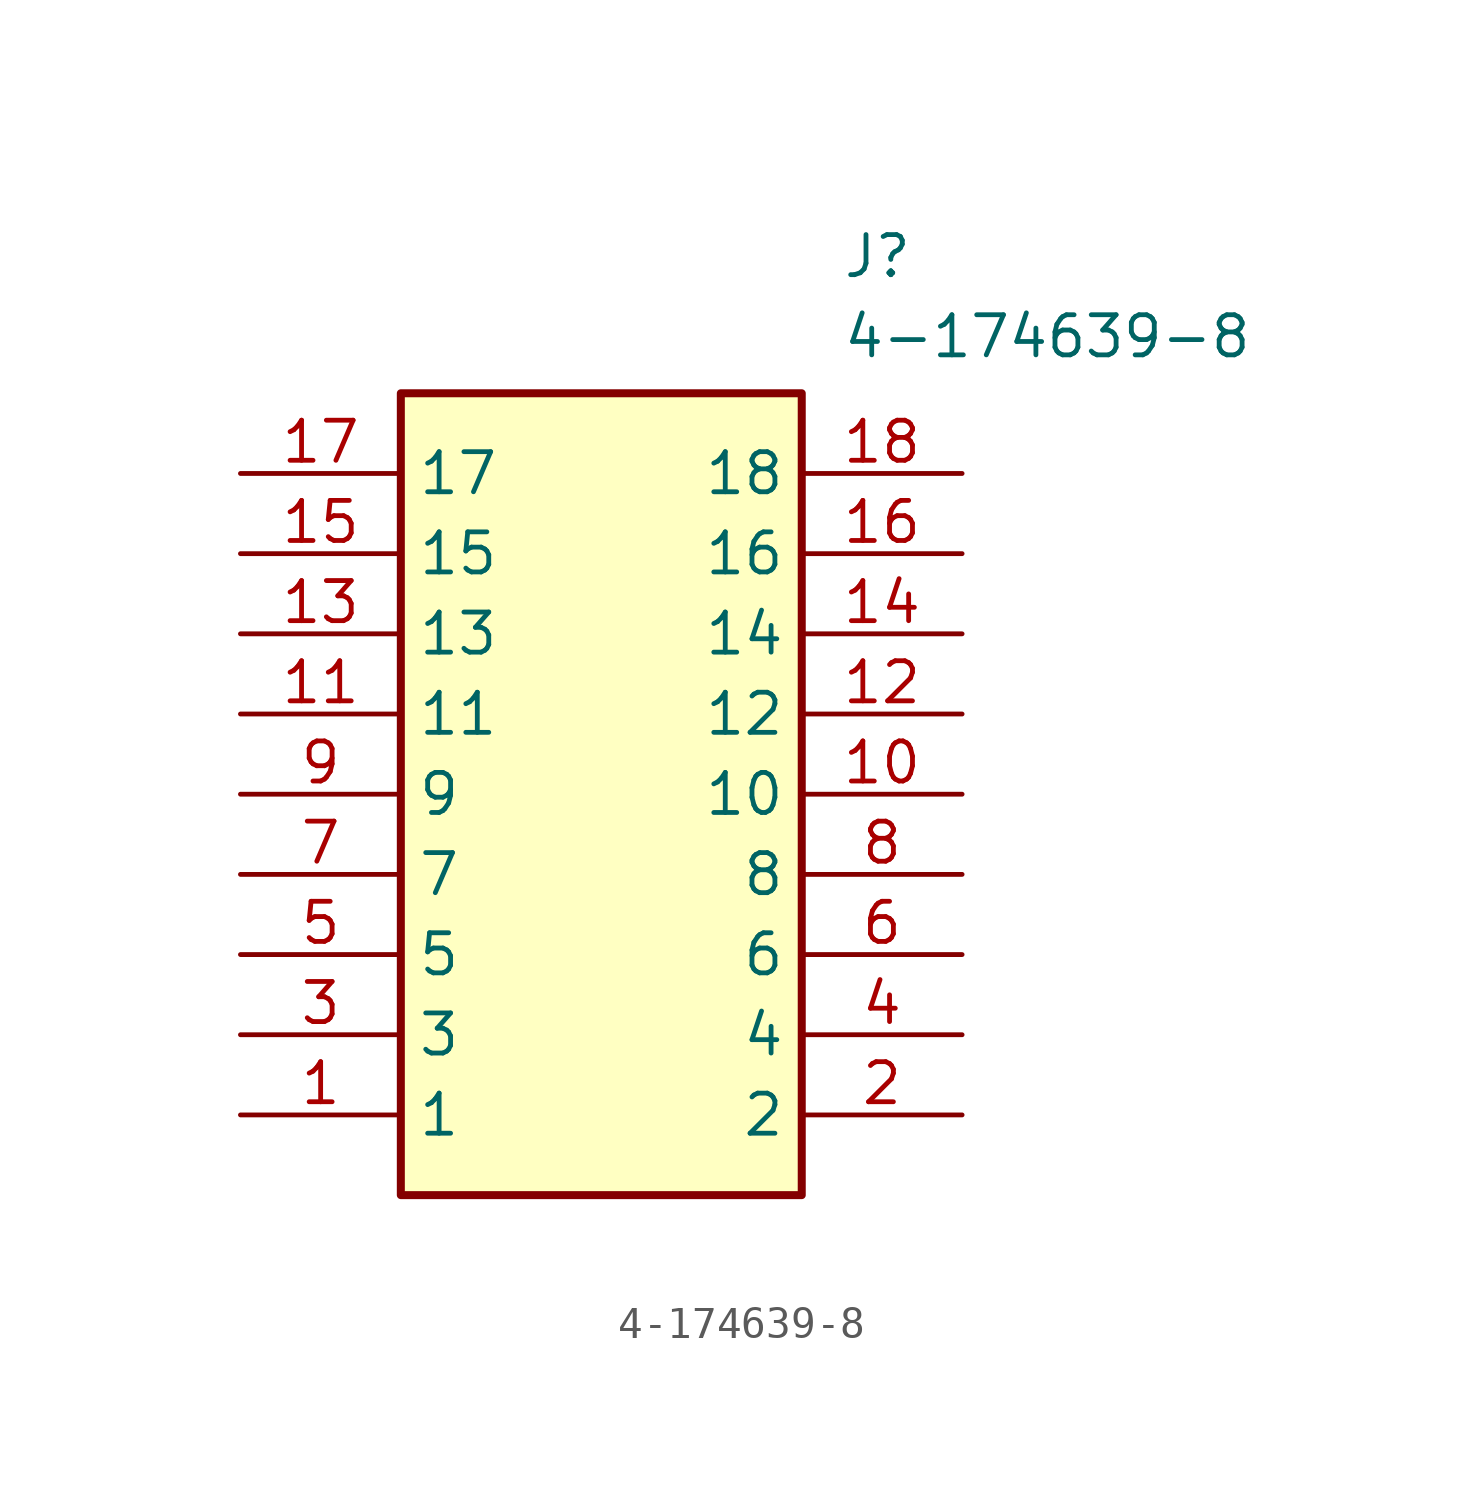
<source format=kicad_sym>
(kicad_symbol_lib
  (version 20211014)
  (generator SamacSys_ECAD_Model)
  (symbol "4-174639-8"
    (property "Reference" "J"
      (at 19.05 7.62 0)
      (effects (font (size 1.27 1.27)) (justify left top)))
    (property "Value" "4-174639-8"
      (at 19.05 5.08 0)
      (effects (font (size 1.27 1.27)) (justify left top)))
    (rectangle
      (start 5.08 2.54)
      (end 17.78 -22.86)
      (stroke (width 0.254) (type default))
      (fill (type background)))
    (pin passive line
      (at 0 -20.32 0)
      (length 5.08)
      (name "1" (effects (font (size 1.27 1.27))))
      (number "1" (effects (font (size 1.27 1.27)))))
    (pin passive line
      (at 22.86 -20.32 180)
      (length 5.08)
      (name "2" (effects (font (size 1.27 1.27))))
      (number "2" (effects (font (size 1.27 1.27)))))
    (pin passive line
      (at 0 -17.78 0)
      (length 5.08)
      (name "3" (effects (font (size 1.27 1.27))))
      (number "3" (effects (font (size 1.27 1.27)))))
    (pin passive line
      (at 22.86 -17.78 180)
      (length 5.08)
      (name "4" (effects (font (size 1.27 1.27))))
      (number "4" (effects (font (size 1.27 1.27)))))
    (pin passive line
      (at 0 -15.24 0)
      (length 5.08)
      (name "5" (effects (font (size 1.27 1.27))))
      (number "5" (effects (font (size 1.27 1.27)))))
    (pin passive line
      (at 22.86 -15.24 180)
      (length 5.08)
      (name "6" (effects (font (size 1.27 1.27))))
      (number "6" (effects (font (size 1.27 1.27)))))
    (pin passive line
      (at 0 -12.7 0)
      (length 5.08)
      (name "7" (effects (font (size 1.27 1.27))))
      (number "7" (effects (font (size 1.27 1.27)))))
    (pin passive line
      (at 22.86 -12.7 180)
      (length 5.08)
      (name "8" (effects (font (size 1.27 1.27))))
      (number "8" (effects (font (size 1.27 1.27)))))
    (pin passive line
      (at 0 -10.16 0)
      (length 5.08)
      (name "9" (effects (font (size 1.27 1.27))))
      (number "9" (effects (font (size 1.27 1.27)))))
    (pin passive line
      (at 22.86 -10.16 180)
      (length 5.08)
      (name "10" (effects (font (size 1.27 1.27))))
      (number "10" (effects (font (size 1.27 1.27)))))
    (pin passive line
      (at 0 -7.62 0)
      (length 5.08)
      (name "11" (effects (font (size 1.27 1.27))))
      (number "11" (effects (font (size 1.27 1.27)))))
    (pin passive line
      (at 22.86 -7.62 180)
      (length 5.08)
      (name "12" (effects (font (size 1.27 1.27))))
      (number "12" (effects (font (size 1.27 1.27)))))
    (pin passive line
      (at 0 -5.08 0)
      (length 5.08)
      (name "13" (effects (font (size 1.27 1.27))))
      (number "13" (effects (font (size 1.27 1.27)))))
    (pin passive line
      (at 22.86 -5.08 180)
      (length 5.08)
      (name "14" (effects (font (size 1.27 1.27))))
      (number "14" (effects (font (size 1.27 1.27)))))
    (pin passive line
      (at 0 -2.54 0)
      (length 5.08)
      (name "15" (effects (font (size 1.27 1.27))))
      (number "15" (effects (font (size 1.27 1.27)))))
    (pin passive line
      (at 22.86 -2.54 180)
      (length 5.08)
      (name "16" (effects (font (size 1.27 1.27))))
      (number "16" (effects (font (size 1.27 1.27)))))
    (pin passive line
      (at 0 0 0)
      (length 5.08)
      (name "17" (effects (font (size 1.27 1.27))))
      (number "17" (effects (font (size 1.27 1.27)))))
    (pin passive line
      (at 22.86 0 180)
      (length 5.08)
      (name "18" (effects (font (size 1.27 1.27))))
      (number "18" (effects (font (size 1.27 1.27)))))))
</source>
